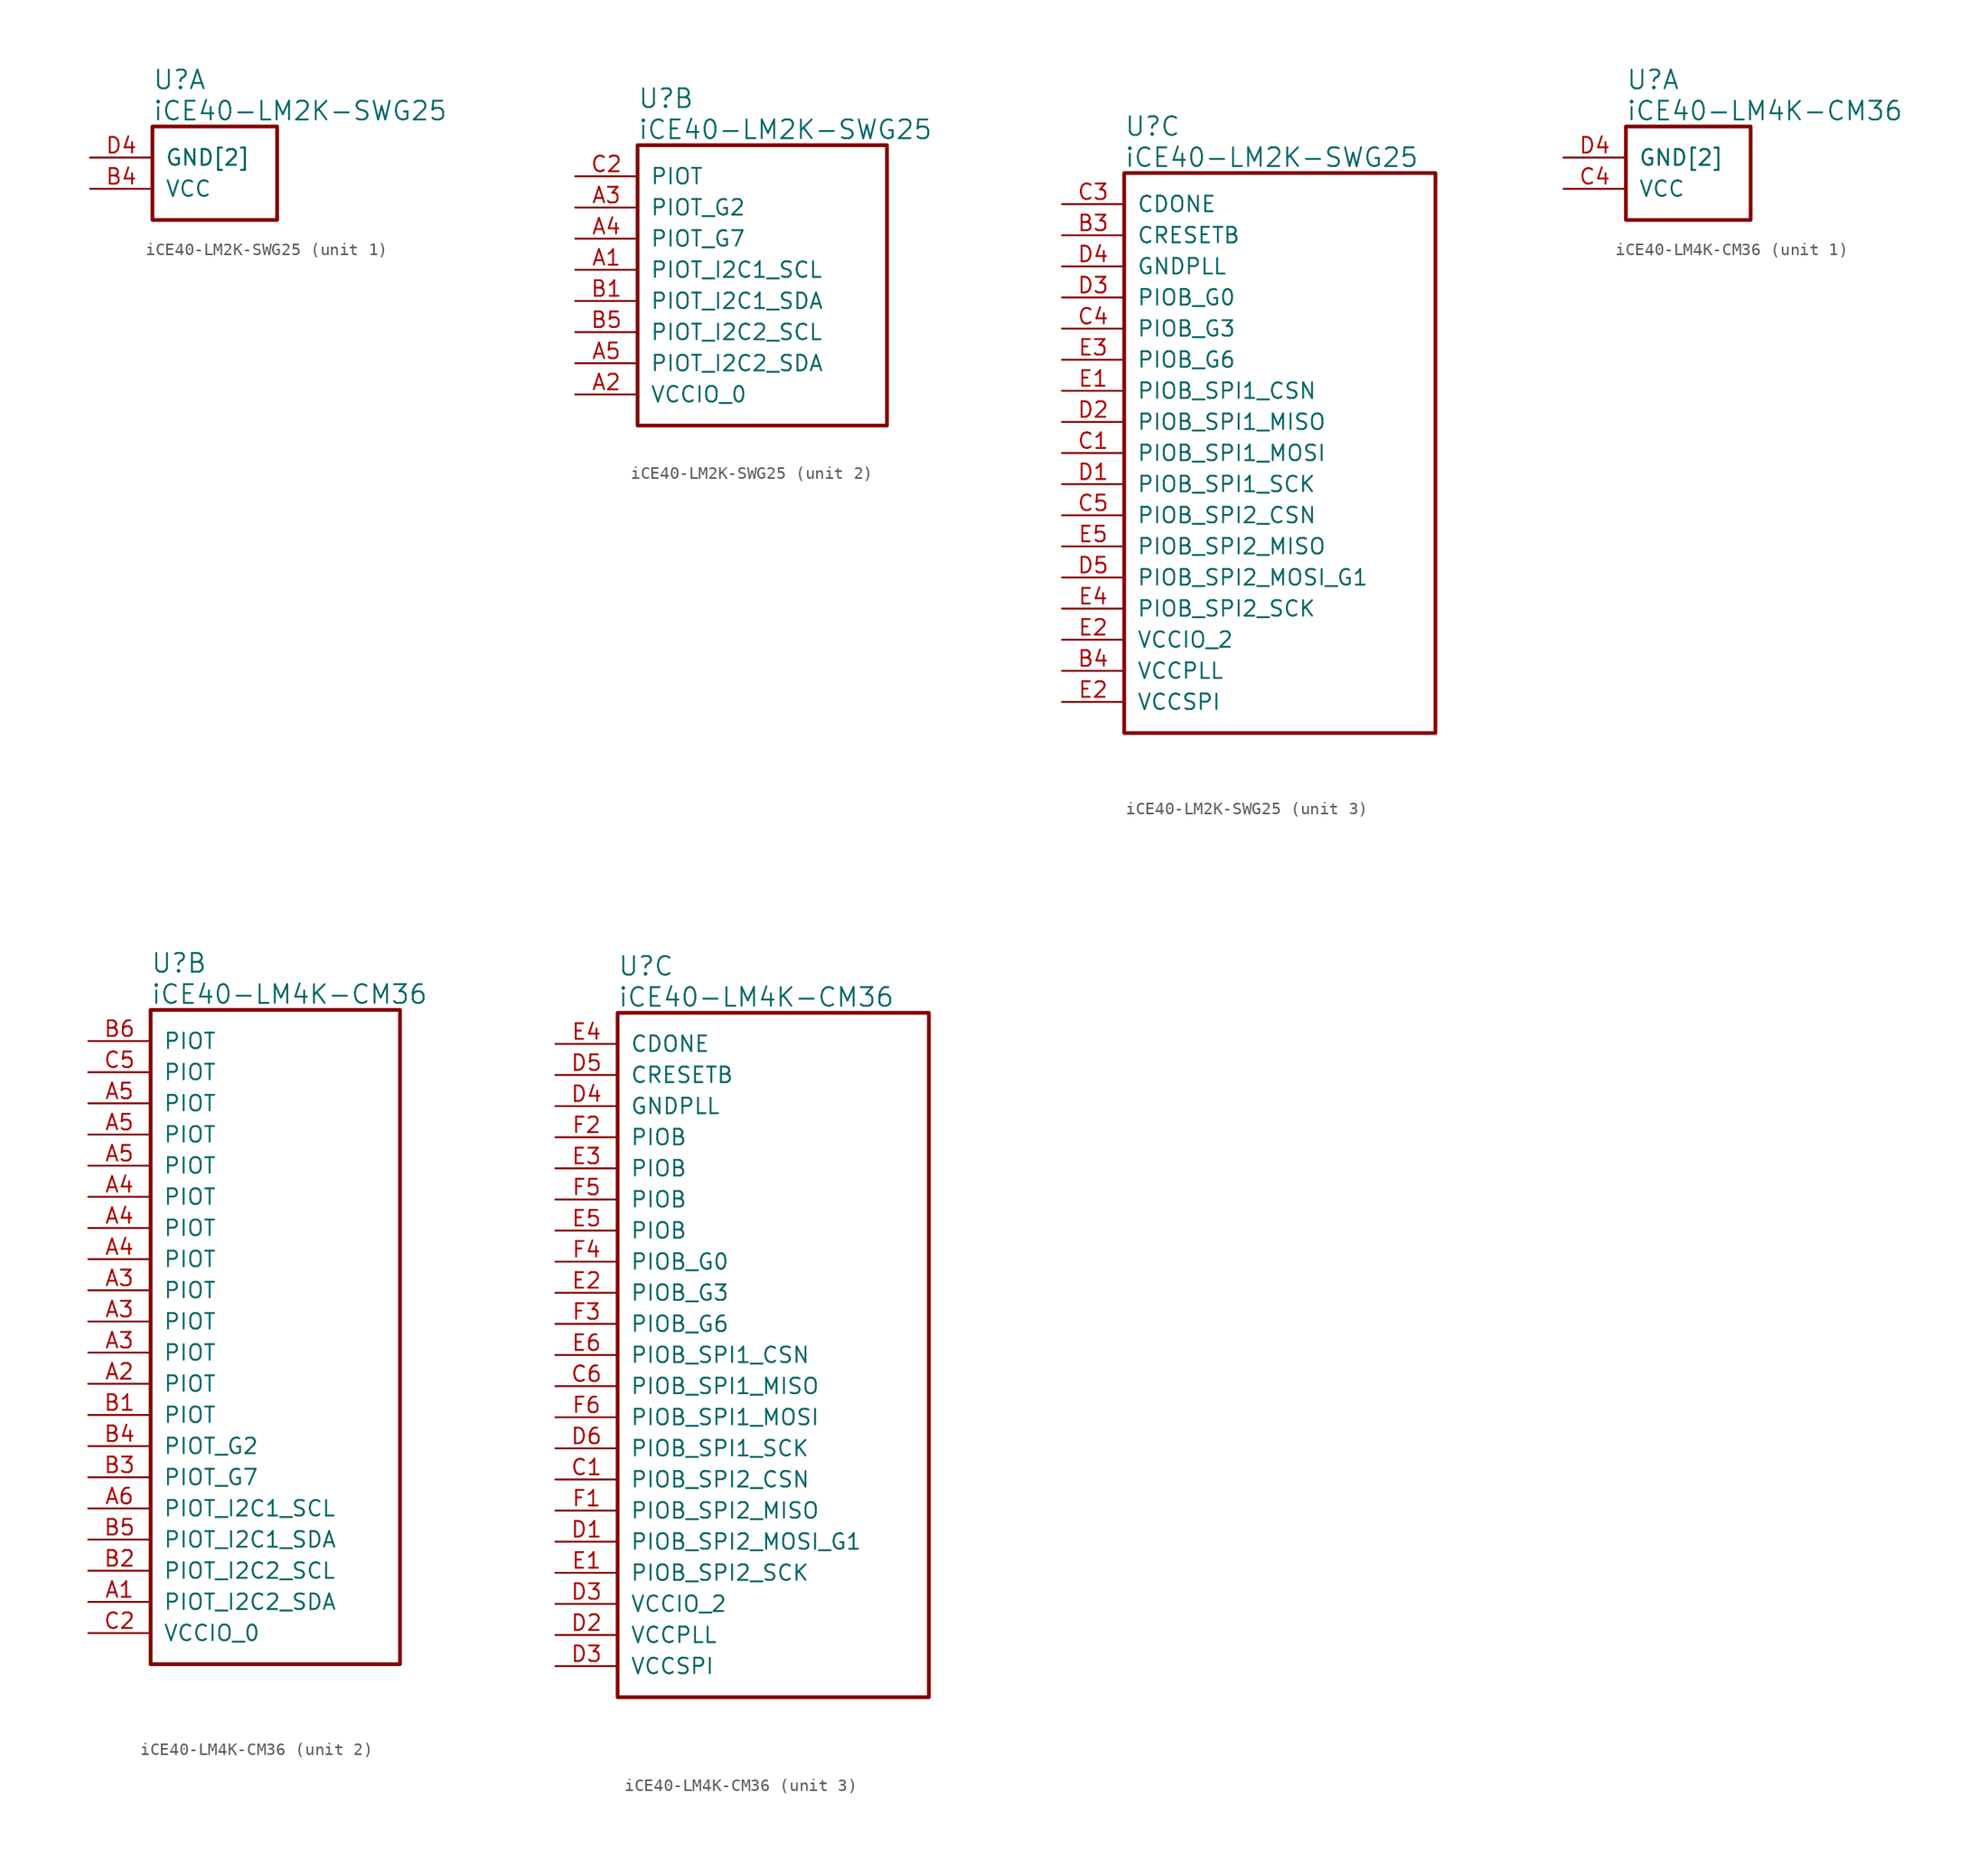
<source format=kicad_sym>
(kicad_symbol_lib
  (version 20241209)
  (generator "kicad_symbol_editor")
  (generator_version "9.0")
  (symbol "iCE40-LM2K-SWG25"
    (pin_names
      (offset 1.016))
    (property "Reference" "U"
      (at 5.08 6.35 0)
      (effects (font (size 1.524 1.524)) (justify left)))
    (property "Value" "iCE40-LM2K-SWG25"
      (at 5.08 3.81 0)
      (effects (font (size 1.524 1.524)) (justify left)))
    (property "ki_locked" ""
      (at 0 0 0)
      (effects (font (size 1.27 1.27))))
    (symbol "iCE40-LM2K-SWG25_1_1"
      (rectangle (start 5.08 2.54) (end 15.24 -5.08) (stroke (width 0.305) (type solid)) (fill (type none)))
      (pin power_in line (at 0 0 0) (length 5.08) (name "GND[2]" (effects (font (size 1.27 1.27)))) (number "B2" (effects (font (size 0 0)))))
      (pin power_in line (at 0 0 0) (length 5.08) (name "GND[2]" (effects (font (size 1.27 1.27)))) (number "D4" (effects (font (size 1.27 1.27)))))
      (pin power_in line (at 0 -2.54 0) (length 5.08) (name "VCC" (effects (font (size 1.27 1.27)))) (number "B4" (effects (font (size 1.27 1.27))))))
    (symbol "iCE40-LM2K-SWG25_2_1"
      (rectangle (start 5.08 2.54) (end 25.4 -20.32) (stroke (width 0.305) (type solid)) (fill (type none)))
      (pin bidirectional line (at 0 0 0) (length 5.08) (name "PIOT" (effects (font (size 1.27 1.27)))) (number "C2" (effects (font (size 1.27 1.27)))))
      (pin bidirectional line (at 0 -2.54 0) (length 5.08) (name "PIOT_G2" (effects (font (size 1.27 1.27)))) (number "A3" (effects (font (size 1.27 1.27)))))
      (pin bidirectional line (at 0 -5.08 0) (length 5.08) (name "PIOT_G7" (effects (font (size 1.27 1.27)))) (number "A4" (effects (font (size 1.27 1.27)))))
      (pin bidirectional line (at 0 -7.62 0) (length 5.08) (name "PIOT_I2C1_SCL" (effects (font (size 1.27 1.27)))) (number "A1" (effects (font (size 1.27 1.27)))))
      (pin bidirectional line (at 0 -10.16 0) (length 5.08) (name "PIOT_I2C1_SDA" (effects (font (size 1.27 1.27)))) (number "B1" (effects (font (size 1.27 1.27)))))
      (pin bidirectional line (at 0 -12.7 0) (length 5.08) (name "PIOT_I2C2_SCL" (effects (font (size 1.27 1.27)))) (number "B5" (effects (font (size 1.27 1.27)))))
      (pin bidirectional line (at 0 -15.24 0) (length 5.08) (name "PIOT_I2C2_SDA" (effects (font (size 1.27 1.27)))) (number "A5" (effects (font (size 1.27 1.27)))))
      (pin power_in line (at 0 -17.78 0) (length 5.08) (name "VCCIO_0" (effects (font (size 1.27 1.27)))) (number "A2" (effects (font (size 1.27 1.27))))))
    (symbol "iCE40-LM2K-SWG25_3_1"
      (rectangle (start 5.08 2.54) (end 30.48 -43.18) (stroke (width 0.305) (type solid)) (fill (type none)))
      (pin output line (at 0 0 0) (length 5.08) (name "CDONE" (effects (font (size 1.27 1.27)))) (number "C3" (effects (font (size 1.27 1.27)))))
      (pin input line (at 0 -2.54 0) (length 5.08) (name "CRESETB" (effects (font (size 1.27 1.27)))) (number "B3" (effects (font (size 1.27 1.27)))))
      (pin power_in line (at 0 -5.08 0) (length 5.08) (name "GNDPLL" (effects (font (size 1.27 1.27)))) (number "D4" (effects (font (size 1.27 1.27)))))
      (pin bidirectional line (at 0 -7.62 0) (length 5.08) (name "PIOB_G0" (effects (font (size 1.27 1.27)))) (number "D3" (effects (font (size 1.27 1.27)))))
      (pin bidirectional line (at 0 -10.16 0) (length 5.08) (name "PIOB_G3" (effects (font (size 1.27 1.27)))) (number "C4" (effects (font (size 1.27 1.27)))))
      (pin bidirectional line (at 0 -12.7 0) (length 5.08) (name "PIOB_G6" (effects (font (size 1.27 1.27)))) (number "E3" (effects (font (size 1.27 1.27)))))
      (pin bidirectional line (at 0 -15.24 0) (length 5.08) (name "PIOB_SPI1_CSN" (effects (font (size 1.27 1.27)))) (number "E1" (effects (font (size 1.27 1.27)))))
      (pin bidirectional line (at 0 -17.78 0) (length 5.08) (name "PIOB_SPI1_MISO" (effects (font (size 1.27 1.27)))) (number "D2" (effects (font (size 1.27 1.27)))))
      (pin bidirectional line (at 0 -20.32 0) (length 5.08) (name "PIOB_SPI1_MOSI" (effects (font (size 1.27 1.27)))) (number "C1" (effects (font (size 1.27 1.27)))))
      (pin bidirectional line (at 0 -22.86 0) (length 5.08) (name "PIOB_SPI1_SCK" (effects (font (size 1.27 1.27)))) (number "D1" (effects (font (size 1.27 1.27)))))
      (pin bidirectional line (at 0 -25.4 0) (length 5.08) (name "PIOB_SPI2_CSN" (effects (font (size 1.27 1.27)))) (number "C5" (effects (font (size 1.27 1.27)))))
      (pin bidirectional line (at 0 -27.94 0) (length 5.08) (name "PIOB_SPI2_MISO" (effects (font (size 1.27 1.27)))) (number "E5" (effects (font (size 1.27 1.27)))))
      (pin bidirectional line (at 0 -30.48 0) (length 5.08) (name "PIOB_SPI2_MOSI_G1" (effects (font (size 1.27 1.27)))) (number "D5" (effects (font (size 1.27 1.27)))))
      (pin bidirectional line (at 0 -33.02 0) (length 5.08) (name "PIOB_SPI2_SCK" (effects (font (size 1.27 1.27)))) (number "E4" (effects (font (size 1.27 1.27)))))
      (pin power_in line (at 0 -35.56 0) (length 5.08) (name "VCCIO_2" (effects (font (size 1.27 1.27)))) (number "E2" (effects (font (size 1.27 1.27)))))
      (pin power_in line (at 0 -38.1 0) (length 5.08) (name "VCCPLL" (effects (font (size 1.27 1.27)))) (number "B4" (effects (font (size 1.27 1.27)))))
      (pin power_in line (at 0 -40.64 0) (length 5.08) (name "VCCSPI" (effects (font (size 1.27 1.27)))) (number "E2" (effects (font (size 1.27 1.27)))))))
  (symbol "iCE40-LM4K-CM36"
    (pin_names
      (offset 1.016))
    (property "Reference" "U"
      (at 5.08 6.35 0)
      (effects (font (size 1.524 1.524)) (justify left)))
    (property "Value" "iCE40-LM4K-CM36"
      (at 5.08 3.81 0)
      (effects (font (size 1.524 1.524)) (justify left)))
    (property "ki_locked" ""
      (at 0 0 0)
      (effects (font (size 1.27 1.27))))
    (symbol "iCE40-LM4K-CM36_1_1"
      (rectangle (start 5.08 2.54) (end 15.24 -5.08) (stroke (width 0.305) (type solid)) (fill (type none)))
      (pin power_in line (at 0 0 0) (length 5.08) (name "GND[2]" (effects (font (size 1.27 1.27)))) (number "C3" (effects (font (size 0 0)))))
      (pin power_in line (at 0 0 0) (length 5.08) (name "GND[2]" (effects (font (size 1.27 1.27)))) (number "D4" (effects (font (size 1.27 1.27)))))
      (pin power_in line (at 0 -2.54 0) (length 5.08) (name "VCC" (effects (font (size 1.27 1.27)))) (number "C4" (effects (font (size 1.27 1.27))))))
    (symbol "iCE40-LM4K-CM36_2_1"
      (rectangle (start 5.08 2.54) (end 25.4 -50.8) (stroke (width 0.305) (type solid)) (fill (type none)))
      (pin bidirectional line (at 0 0 0) (length 5.08) (name "PIOT" (effects (font (size 1.27 1.27)))) (number "B6" (effects (font (size 1.27 1.27)))))
      (pin bidirectional line (at 0 -2.54 0) (length 5.08) (name "PIOT" (effects (font (size 1.27 1.27)))) (number "C5" (effects (font (size 1.27 1.27)))))
      (pin bidirectional line (at 0 -5.08 0) (length 5.08) (name "PIOT" (effects (font (size 1.27 1.27)))) (number "A5" (effects (font (size 1.27 1.27)))))
      (pin bidirectional line (at 0 -7.62 0) (length 5.08) (name "PIOT" (effects (font (size 1.27 1.27)))) (number "A5" (effects (font (size 1.27 1.27)))))
      (pin bidirectional line (at 0 -10.16 0) (length 5.08) (name "PIOT" (effects (font (size 1.27 1.27)))) (number "A5" (effects (font (size 1.27 1.27)))))
      (pin bidirectional line (at 0 -12.7 0) (length 5.08) (name "PIOT" (effects (font (size 1.27 1.27)))) (number "A4" (effects (font (size 1.27 1.27)))))
      (pin bidirectional line (at 0 -15.24 0) (length 5.08) (name "PIOT" (effects (font (size 1.27 1.27)))) (number "A4" (effects (font (size 1.27 1.27)))))
      (pin bidirectional line (at 0 -17.78 0) (length 5.08) (name "PIOT" (effects (font (size 1.27 1.27)))) (number "A4" (effects (font (size 1.27 1.27)))))
      (pin bidirectional line (at 0 -20.32 0) (length 5.08) (name "PIOT" (effects (font (size 1.27 1.27)))) (number "A3" (effects (font (size 1.27 1.27)))))
      (pin bidirectional line (at 0 -22.86 0) (length 5.08) (name "PIOT" (effects (font (size 1.27 1.27)))) (number "A3" (effects (font (size 1.27 1.27)))))
      (pin bidirectional line (at 0 -25.4 0) (length 5.08) (name "PIOT" (effects (font (size 1.27 1.27)))) (number "A3" (effects (font (size 1.27 1.27)))))
      (pin bidirectional line (at 0 -27.94 0) (length 5.08) (name "PIOT" (effects (font (size 1.27 1.27)))) (number "A2" (effects (font (size 1.27 1.27)))))
      (pin bidirectional line (at 0 -30.48 0) (length 5.08) (name "PIOT" (effects (font (size 1.27 1.27)))) (number "B1" (effects (font (size 1.27 1.27)))))
      (pin bidirectional line (at 0 -33.02 0) (length 5.08) (name "PIOT_G2" (effects (font (size 1.27 1.27)))) (number "B4" (effects (font (size 1.27 1.27)))))
      (pin bidirectional line (at 0 -35.56 0) (length 5.08) (name "PIOT_G7" (effects (font (size 1.27 1.27)))) (number "B3" (effects (font (size 1.27 1.27)))))
      (pin bidirectional line (at 0 -38.1 0) (length 5.08) (name "PIOT_I2C1_SCL" (effects (font (size 1.27 1.27)))) (number "A6" (effects (font (size 1.27 1.27)))))
      (pin bidirectional line (at 0 -40.64 0) (length 5.08) (name "PIOT_I2C1_SDA" (effects (font (size 1.27 1.27)))) (number "B5" (effects (font (size 1.27 1.27)))))
      (pin bidirectional line (at 0 -43.18 0) (length 5.08) (name "PIOT_I2C2_SCL" (effects (font (size 1.27 1.27)))) (number "B2" (effects (font (size 1.27 1.27)))))
      (pin bidirectional line (at 0 -45.72 0) (length 5.08) (name "PIOT_I2C2_SDA" (effects (font (size 1.27 1.27)))) (number "A1" (effects (font (size 1.27 1.27)))))
      (pin power_in line (at 0 -48.26 0) (length 5.08) (name "VCCIO_0" (effects (font (size 1.27 1.27)))) (number "C2" (effects (font (size 1.27 1.27))))))
    (symbol "iCE40-LM4K-CM36_3_1"
      (rectangle (start 5.08 2.54) (end 30.48 -53.34) (stroke (width 0.305) (type solid)) (fill (type none)))
      (pin output line (at 0 0 0) (length 5.08) (name "CDONE" (effects (font (size 1.27 1.27)))) (number "E4" (effects (font (size 1.27 1.27)))))
      (pin input line (at 0 -2.54 0) (length 5.08) (name "CRESETB" (effects (font (size 1.27 1.27)))) (number "D5" (effects (font (size 1.27 1.27)))))
      (pin power_in line (at 0 -5.08 0) (length 5.08) (name "GNDPLL" (effects (font (size 1.27 1.27)))) (number "D4" (effects (font (size 1.27 1.27)))))
      (pin bidirectional line (at 0 -7.62 0) (length 5.08) (name "PIOB" (effects (font (size 1.27 1.27)))) (number "F2" (effects (font (size 1.27 1.27)))))
      (pin bidirectional line (at 0 -10.16 0) (length 5.08) (name "PIOB" (effects (font (size 1.27 1.27)))) (number "E3" (effects (font (size 1.27 1.27)))))
      (pin bidirectional line (at 0 -12.7 0) (length 5.08) (name "PIOB" (effects (font (size 1.27 1.27)))) (number "F5" (effects (font (size 1.27 1.27)))))
      (pin bidirectional line (at 0 -15.24 0) (length 5.08) (name "PIOB" (effects (font (size 1.27 1.27)))) (number "E5" (effects (font (size 1.27 1.27)))))
      (pin bidirectional line (at 0 -17.78 0) (length 5.08) (name "PIOB_G0" (effects (font (size 1.27 1.27)))) (number "F4" (effects (font (size 1.27 1.27)))))
      (pin bidirectional line (at 0 -20.32 0) (length 5.08) (name "PIOB_G3" (effects (font (size 1.27 1.27)))) (number "E2" (effects (font (size 1.27 1.27)))))
      (pin bidirectional line (at 0 -22.86 0) (length 5.08) (name "PIOB_G6" (effects (font (size 1.27 1.27)))) (number "F3" (effects (font (size 1.27 1.27)))))
      (pin bidirectional line (at 0 -25.4 0) (length 5.08) (name "PIOB_SPI1_CSN" (effects (font (size 1.27 1.27)))) (number "E6" (effects (font (size 1.27 1.27)))))
      (pin bidirectional line (at 0 -27.94 0) (length 5.08) (name "PIOB_SPI1_MISO" (effects (font (size 1.27 1.27)))) (number "C6" (effects (font (size 1.27 1.27)))))
      (pin bidirectional line (at 0 -30.48 0) (length 5.08) (name "PIOB_SPI1_MOSI" (effects (font (size 1.27 1.27)))) (number "F6" (effects (font (size 1.27 1.27)))))
      (pin bidirectional line (at 0 -33.02 0) (length 5.08) (name "PIOB_SPI1_SCK" (effects (font (size 1.27 1.27)))) (number "D6" (effects (font (size 1.27 1.27)))))
      (pin bidirectional line (at 0 -35.56 0) (length 5.08) (name "PIOB_SPI2_CSN" (effects (font (size 1.27 1.27)))) (number "C1" (effects (font (size 1.27 1.27)))))
      (pin bidirectional line (at 0 -38.1 0) (length 5.08) (name "PIOB_SPI2_MISO" (effects (font (size 1.27 1.27)))) (number "F1" (effects (font (size 1.27 1.27)))))
      (pin bidirectional line (at 0 -40.64 0) (length 5.08) (name "PIOB_SPI2_MOSI_G1" (effects (font (size 1.27 1.27)))) (number "D1" (effects (font (size 1.27 1.27)))))
      (pin bidirectional line (at 0 -43.18 0) (length 5.08) (name "PIOB_SPI2_SCK" (effects (font (size 1.27 1.27)))) (number "E1" (effects (font (size 1.27 1.27)))))
      (pin power_in line (at 0 -45.72 0) (length 5.08) (name "VCCIO_2" (effects (font (size 1.27 1.27)))) (number "D3" (effects (font (size 1.27 1.27)))))
      (pin power_in line (at 0 -48.26 0) (length 5.08) (name "VCCPLL" (effects (font (size 1.27 1.27)))) (number "D2" (effects (font (size 1.27 1.27)))))
      (pin power_in line (at 0 -50.8 0) (length 5.08) (name "VCCSPI" (effects (font (size 1.27 1.27)))) (number "D3" (effects (font (size 1.27 1.27))))))))
</source>
